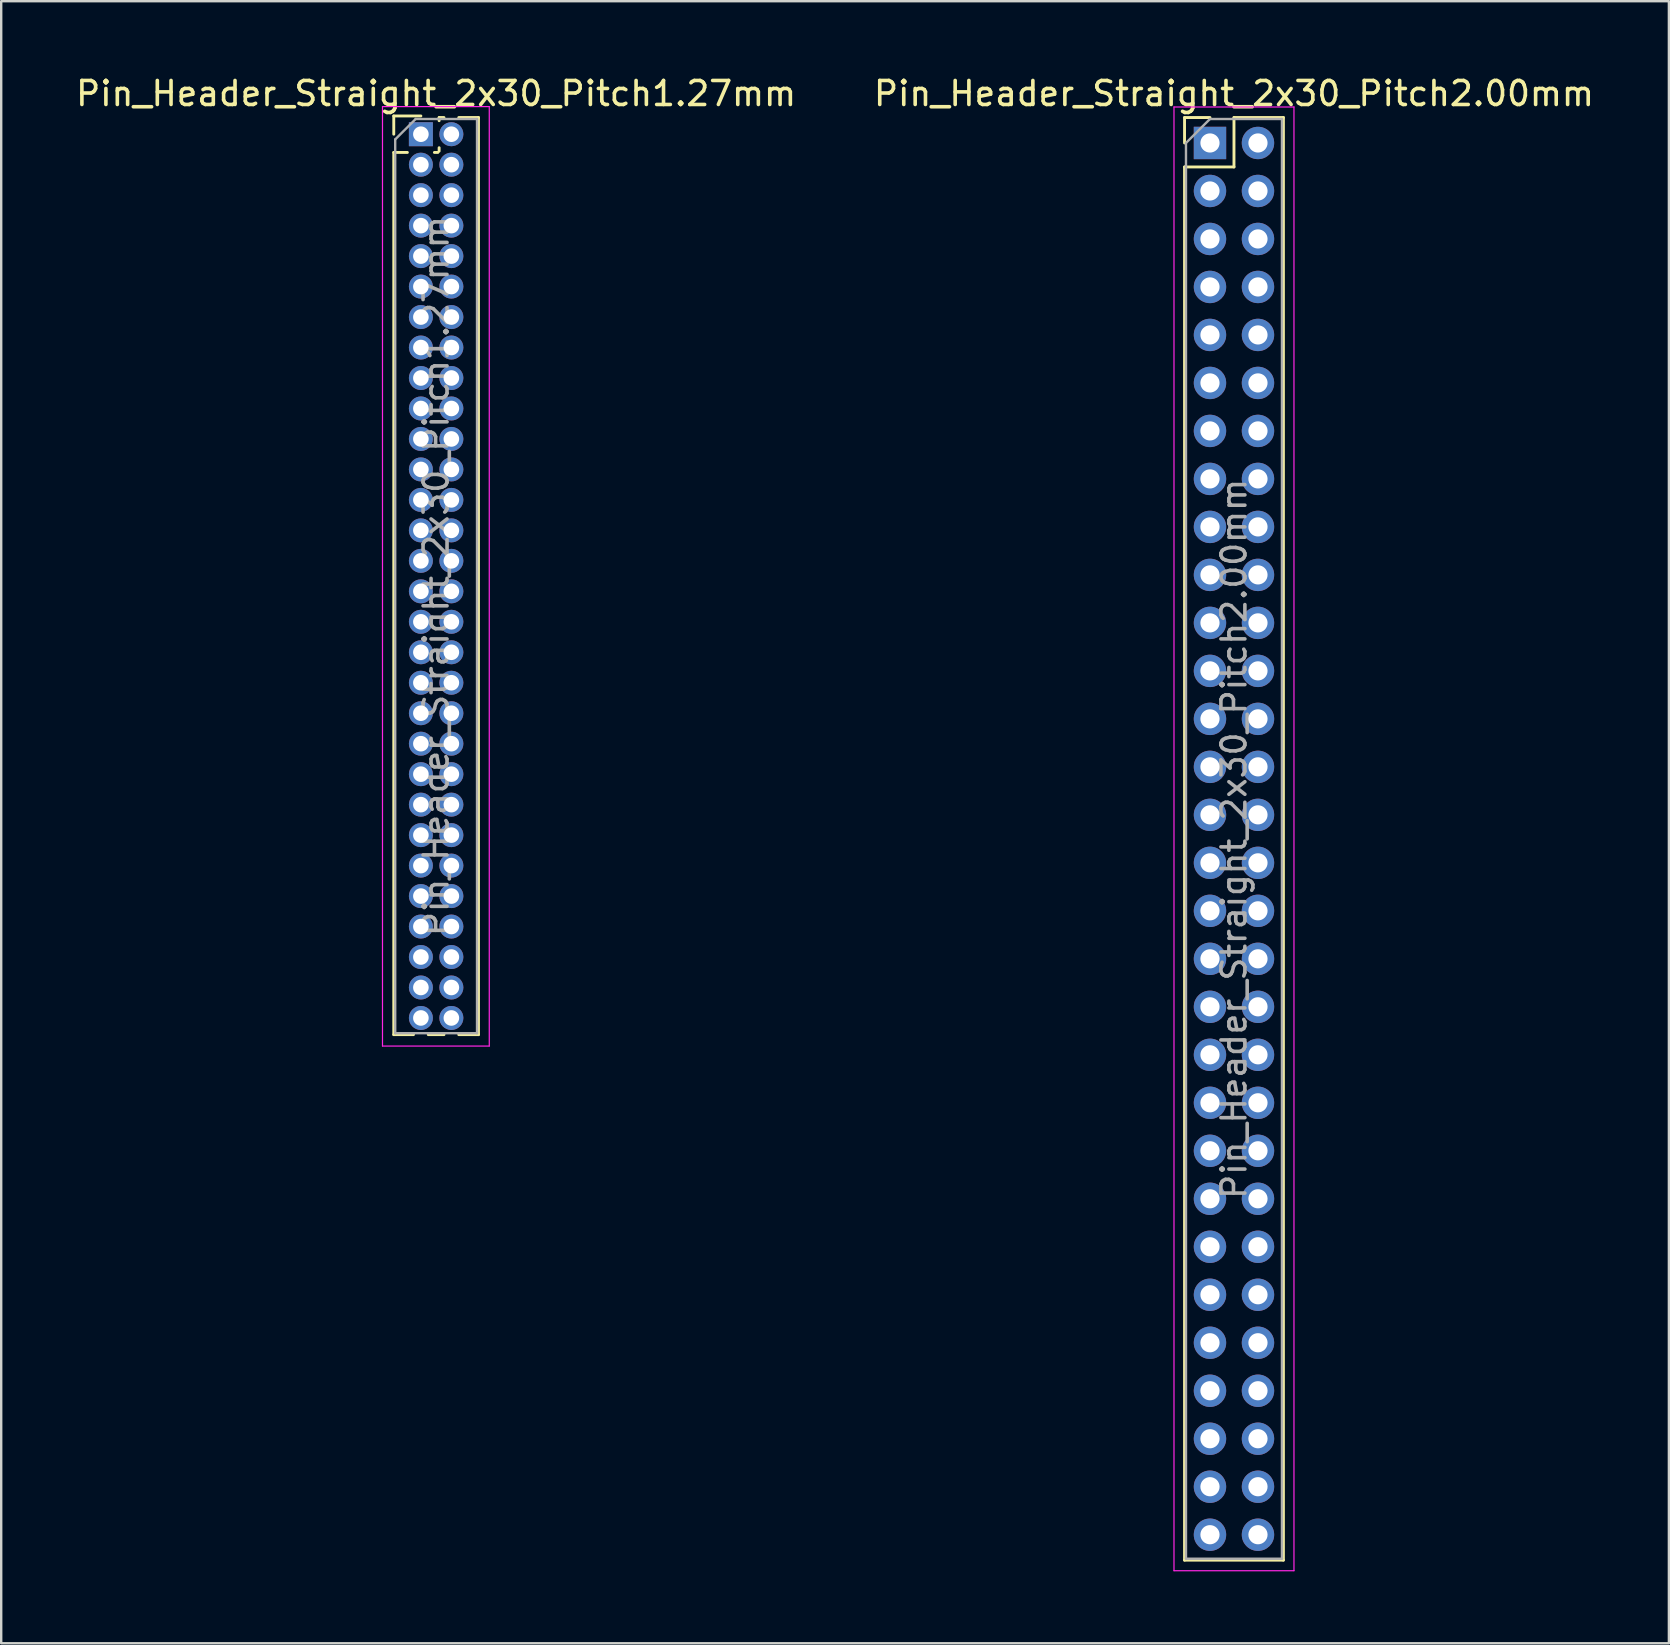
<source format=kicad_pcb>
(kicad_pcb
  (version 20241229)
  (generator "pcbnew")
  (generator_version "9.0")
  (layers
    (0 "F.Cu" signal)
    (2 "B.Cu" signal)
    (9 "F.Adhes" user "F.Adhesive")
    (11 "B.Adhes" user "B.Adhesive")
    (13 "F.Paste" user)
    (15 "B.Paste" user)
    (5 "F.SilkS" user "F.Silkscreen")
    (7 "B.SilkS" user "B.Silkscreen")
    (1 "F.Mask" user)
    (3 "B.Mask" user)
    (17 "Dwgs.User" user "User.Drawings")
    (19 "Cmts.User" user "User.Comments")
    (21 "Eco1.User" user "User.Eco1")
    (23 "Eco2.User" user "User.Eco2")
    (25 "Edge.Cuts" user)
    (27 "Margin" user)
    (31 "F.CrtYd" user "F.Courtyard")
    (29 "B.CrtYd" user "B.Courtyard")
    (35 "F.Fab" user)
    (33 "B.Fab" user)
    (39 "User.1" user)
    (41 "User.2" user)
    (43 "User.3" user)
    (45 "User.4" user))
  (footprint "Pin_Header_Straight_2x30_Pitch2.00mm"
    (layer "F.Cu")
    (at 47.375 2.908)
    (property "Reference" "Pin_Header_Straight_2x30_Pitch2.00mm" (at 1 -2.06 0) (layer "F.SilkS") (effects (font (size 1 1) (thickness 0.15))))
    (attr through_hole)
    (fp_line (start -1.06 -1.06) (end 0 -1.06) (stroke (width 0.12) (type solid)) (layer "F.SilkS"))
    (fp_line (start -1.06 0) (end -1.06 -1.06) (stroke (width 0.12) (type solid)) (layer "F.SilkS"))
    (fp_line (start -1.06 1) (end -1.06 59.06) (stroke (width 0.12) (type solid)) (layer "F.SilkS"))
    (fp_line (start -1.06 1) (end 1 1) (stroke (width 0.12) (type solid)) (layer "F.SilkS"))
    (fp_line (start -1.06 59.06) (end 3.06 59.06) (stroke (width 0.12) (type solid)) (layer "F.SilkS"))
    (fp_line (start 1 -1.06) (end 3.06 -1.06) (stroke (width 0.12) (type solid)) (layer "F.SilkS"))
    (fp_line (start 1 1) (end 1 -1.06) (stroke (width 0.12) (type solid)) (layer "F.SilkS"))
    (fp_line (start 3.06 -1.06) (end 3.06 59.06) (stroke (width 0.12) (type solid)) (layer "F.SilkS"))
    (fp_line (start -1.5 -1.5) (end -1.5 59.5) (stroke (width 0.05) (type solid)) (layer "F.CrtYd"))
    (fp_line (start -1.5 59.5) (end 3.5 59.5) (stroke (width 0.05) (type solid)) (layer "F.CrtYd"))
    (fp_line (start 3.5 -1.5) (end -1.5 -1.5) (stroke (width 0.05) (type solid)) (layer "F.CrtYd"))
    (fp_line (start 3.5 59.5) (end 3.5 -1.5) (stroke (width 0.05) (type solid)) (layer "F.CrtYd"))
    (fp_line (start -1 0) (end 0 -1) (stroke (width 0.1) (type solid)) (layer "F.Fab"))
    (fp_line (start -1 59) (end -1 0) (stroke (width 0.1) (type solid)) (layer "F.Fab"))
    (fp_line (start 0 -1) (end 3 -1) (stroke (width 0.1) (type solid)) (layer "F.Fab"))
    (fp_line (start 3 -1) (end 3 59) (stroke (width 0.1) (type solid)) (layer "F.Fab"))
    (fp_line (start 3 59) (end -1 59) (stroke (width 0.1) (type solid)) (layer "F.Fab"))
    (fp_text user "${REFERENCE}" (at 1 29 90) (layer "F.Fab") (effects (font (size 1 1) (thickness 0.15))))
    (pad "1" thru_hole rect (at 0 0) (size 1.35 1.35) (drill 0.8) (layers "*.Cu" "*.Mask"))
    (pad "2" thru_hole oval (at 2 0) (size 1.35 1.35) (drill 0.8) (layers "*.Cu" "*.Mask"))
    (pad "3" thru_hole oval (at 0 2) (size 1.35 1.35) (drill 0.8) (layers "*.Cu" "*.Mask"))
    (pad "4" thru_hole oval (at 2 2) (size 1.35 1.35) (drill 0.8) (layers "*.Cu" "*.Mask"))
    (pad "5" thru_hole oval (at 0 4) (size 1.35 1.35) (drill 0.8) (layers "*.Cu" "*.Mask"))
    (pad "6" thru_hole oval (at 2 4) (size 1.35 1.35) (drill 0.8) (layers "*.Cu" "*.Mask"))
    (pad "7" thru_hole oval (at 0 6) (size 1.35 1.35) (drill 0.8) (layers "*.Cu" "*.Mask"))
    (pad "8" thru_hole oval (at 2 6) (size 1.35 1.35) (drill 0.8) (layers "*.Cu" "*.Mask"))
    (pad "9" thru_hole oval (at 0 8) (size 1.35 1.35) (drill 0.8) (layers "*.Cu" "*.Mask"))
    (pad "10" thru_hole oval (at 2 8) (size 1.35 1.35) (drill 0.8) (layers "*.Cu" "*.Mask"))
    (pad "11" thru_hole oval (at 0 10) (size 1.35 1.35) (drill 0.8) (layers "*.Cu" "*.Mask"))
    (pad "12" thru_hole oval (at 2 10) (size 1.35 1.35) (drill 0.8) (layers "*.Cu" "*.Mask"))
    (pad "13" thru_hole oval (at 0 12) (size 1.35 1.35) (drill 0.8) (layers "*.Cu" "*.Mask"))
    (pad "14" thru_hole oval (at 2 12) (size 1.35 1.35) (drill 0.8) (layers "*.Cu" "*.Mask"))
    (pad "15" thru_hole oval (at 0 14) (size 1.35 1.35) (drill 0.8) (layers "*.Cu" "*.Mask"))
    (pad "16" thru_hole oval (at 2 14) (size 1.35 1.35) (drill 0.8) (layers "*.Cu" "*.Mask"))
    (pad "17" thru_hole oval (at 0 16) (size 1.35 1.35) (drill 0.8) (layers "*.Cu" "*.Mask"))
    (pad "18" thru_hole oval (at 2 16) (size 1.35 1.35) (drill 0.8) (layers "*.Cu" "*.Mask"))
    (pad "19" thru_hole oval (at 0 18) (size 1.35 1.35) (drill 0.8) (layers "*.Cu" "*.Mask"))
    (pad "20" thru_hole oval (at 2 18) (size 1.35 1.35) (drill 0.8) (layers "*.Cu" "*.Mask"))
    (pad "21" thru_hole oval (at 0 20) (size 1.35 1.35) (drill 0.8) (layers "*.Cu" "*.Mask"))
    (pad "22" thru_hole oval (at 2 20) (size 1.35 1.35) (drill 0.8) (layers "*.Cu" "*.Mask"))
    (pad "23" thru_hole oval (at 0 22) (size 1.35 1.35) (drill 0.8) (layers "*.Cu" "*.Mask"))
    (pad "24" thru_hole oval (at 2 22) (size 1.35 1.35) (drill 0.8) (layers "*.Cu" "*.Mask"))
    (pad "25" thru_hole oval (at 0 24) (size 1.35 1.35) (drill 0.8) (layers "*.Cu" "*.Mask"))
    (pad "26" thru_hole oval (at 2 24) (size 1.35 1.35) (drill 0.8) (layers "*.Cu" "*.Mask"))
    (pad "27" thru_hole oval (at 0 26) (size 1.35 1.35) (drill 0.8) (layers "*.Cu" "*.Mask"))
    (pad "28" thru_hole oval (at 2 26) (size 1.35 1.35) (drill 0.8) (layers "*.Cu" "*.Mask"))
    (pad "29" thru_hole oval (at 0 28) (size 1.35 1.35) (drill 0.8) (layers "*.Cu" "*.Mask"))
    (pad "30" thru_hole oval (at 2 28) (size 1.35 1.35) (drill 0.8) (layers "*.Cu" "*.Mask"))
    (pad "31" thru_hole oval (at 0 30) (size 1.35 1.35) (drill 0.8) (layers "*.Cu" "*.Mask"))
    (pad "32" thru_hole oval (at 2 30) (size 1.35 1.35) (drill 0.8) (layers "*.Cu" "*.Mask"))
    (pad "33" thru_hole oval (at 0 32) (size 1.35 1.35) (drill 0.8) (layers "*.Cu" "*.Mask"))
    (pad "34" thru_hole oval (at 2 32) (size 1.35 1.35) (drill 0.8) (layers "*.Cu" "*.Mask"))
    (pad "35" thru_hole oval (at 0 34) (size 1.35 1.35) (drill 0.8) (layers "*.Cu" "*.Mask"))
    (pad "36" thru_hole oval (at 2 34) (size 1.35 1.35) (drill 0.8) (layers "*.Cu" "*.Mask"))
    (pad "37" thru_hole oval (at 0 36) (size 1.35 1.35) (drill 0.8) (layers "*.Cu" "*.Mask"))
    (pad "38" thru_hole oval (at 2 36) (size 1.35 1.35) (drill 0.8) (layers "*.Cu" "*.Mask"))
    (pad "39" thru_hole oval (at 0 38) (size 1.35 1.35) (drill 0.8) (layers "*.Cu" "*.Mask"))
    (pad "40" thru_hole oval (at 2 38) (size 1.35 1.35) (drill 0.8) (layers "*.Cu" "*.Mask"))
    (pad "41" thru_hole oval (at 0 40) (size 1.35 1.35) (drill 0.8) (layers "*.Cu" "*.Mask"))
    (pad "42" thru_hole oval (at 2 40) (size 1.35 1.35) (drill 0.8) (layers "*.Cu" "*.Mask"))
    (pad "43" thru_hole oval (at 0 42) (size 1.35 1.35) (drill 0.8) (layers "*.Cu" "*.Mask"))
    (pad "44" thru_hole oval (at 2 42) (size 1.35 1.35) (drill 0.8) (layers "*.Cu" "*.Mask"))
    (pad "45" thru_hole oval (at 0 44) (size 1.35 1.35) (drill 0.8) (layers "*.Cu" "*.Mask"))
    (pad "46" thru_hole oval (at 2 44) (size 1.35 1.35) (drill 0.8) (layers "*.Cu" "*.Mask"))
    (pad "47" thru_hole oval (at 0 46) (size 1.35 1.35) (drill 0.8) (layers "*.Cu" "*.Mask"))
    (pad "48" thru_hole oval (at 2 46) (size 1.35 1.35) (drill 0.8) (layers "*.Cu" "*.Mask"))
    (pad "49" thru_hole oval (at 0 48) (size 1.35 1.35) (drill 0.8) (layers "*.Cu" "*.Mask"))
    (pad "50" thru_hole oval (at 2 48) (size 1.35 1.35) (drill 0.8) (layers "*.Cu" "*.Mask"))
    (pad "51" thru_hole oval (at 0 50) (size 1.35 1.35) (drill 0.8) (layers "*.Cu" "*.Mask"))
    (pad "52" thru_hole oval (at 2 50) (size 1.35 1.35) (drill 0.8) (layers "*.Cu" "*.Mask"))
    (pad "53" thru_hole oval (at 0 52) (size 1.35 1.35) (drill 0.8) (layers "*.Cu" "*.Mask"))
    (pad "54" thru_hole oval (at 2 52) (size 1.35 1.35) (drill 0.8) (layers "*.Cu" "*.Mask"))
    (pad "55" thru_hole oval (at 0 54) (size 1.35 1.35) (drill 0.8) (layers "*.Cu" "*.Mask"))
    (pad "56" thru_hole oval (at 2 54) (size 1.35 1.35) (drill 0.8) (layers "*.Cu" "*.Mask"))
    (pad "57" thru_hole oval (at 0 56) (size 1.35 1.35) (drill 0.8) (layers "*.Cu" "*.Mask"))
    (pad "58" thru_hole oval (at 2 56) (size 1.35 1.35) (drill 0.8) (layers "*.Cu" "*.Mask"))
    (pad "59" thru_hole oval (at 0 58) (size 1.35 1.35) (drill 0.8) (layers "*.Cu" "*.Mask"))
    (pad "60" thru_hole oval (at 2 58) (size 1.35 1.35) (drill 0.8) (layers "*.Cu" "*.Mask")))
  (footprint "Pin_Header_Straight_2x30_Pitch1.27mm"
    (layer "F.Cu")
    (at 14.49 2.543)
    (property "Reference" "Pin_Header_Straight_2x30_Pitch1.27mm" (at 0.635 -1.695 0) (layer "F.SilkS") (effects (font (size 1 1) (thickness 0.15))))
    (attr through_hole)
    (fp_line (start -1.13 -0.76) (end 0 -0.76) (stroke (width 0.12) (type solid)) (layer "F.SilkS"))
    (fp_line (start -1.13 0) (end -1.13 -0.76) (stroke (width 0.12) (type solid)) (layer "F.SilkS"))
    (fp_line (start -1.13 0.76) (end -1.13 37.525) (stroke (width 0.12) (type solid)) (layer "F.SilkS"))
    (fp_line (start -1.13 0.76) (end -0.563 0.76) (stroke (width 0.12) (type solid)) (layer "F.SilkS"))
    (fp_line (start -1.13 37.525) (end -0.308 37.525) (stroke (width 0.12) (type solid)) (layer "F.SilkS"))
    (fp_line (start 0.308 37.525) (end 0.962 37.525) (stroke (width 0.12) (type solid)) (layer "F.SilkS"))
    (fp_line (start 0.563 0.76) (end 0.707 0.76) (stroke (width 0.12) (type solid)) (layer "F.SilkS"))
    (fp_line (start 0.76 -0.695) (end 0.962 -0.695) (stroke (width 0.12) (type solid)) (layer "F.SilkS"))
    (fp_line (start 0.76 -0.563) (end 0.76 -0.695) (stroke (width 0.12) (type solid)) (layer "F.SilkS"))
    (fp_line (start 0.76 0.707) (end 0.76 0.563) (stroke (width 0.12) (type solid)) (layer "F.SilkS"))
    (fp_line (start 1.578 -0.695) (end 2.4 -0.695) (stroke (width 0.12) (type solid)) (layer "F.SilkS"))
    (fp_line (start 1.578 37.525) (end 2.4 37.525) (stroke (width 0.12) (type solid)) (layer "F.SilkS"))
    (fp_line (start 2.4 -0.695) (end 2.4 37.525) (stroke (width 0.12) (type solid)) (layer "F.SilkS"))
    (fp_line (start -1.6 -1.15) (end -1.6 38) (stroke (width 0.05) (type solid)) (layer "F.CrtYd"))
    (fp_line (start -1.6 38) (end 2.85 38) (stroke (width 0.05) (type solid)) (layer "F.CrtYd"))
    (fp_line (start 2.85 -1.15) (end -1.6 -1.15) (stroke (width 0.05) (type solid)) (layer "F.CrtYd"))
    (fp_line (start 2.85 38) (end 2.85 -1.15) (stroke (width 0.05) (type solid)) (layer "F.CrtYd"))
    (fp_line (start -1.07 0.217) (end -0.217 -0.635) (stroke (width 0.1) (type solid)) (layer "F.Fab"))
    (fp_line (start -1.07 37.465) (end -1.07 0.217) (stroke (width 0.1) (type solid)) (layer "F.Fab"))
    (fp_line (start -0.217 -0.635) (end 2.34 -0.635) (stroke (width 0.1) (type solid)) (layer "F.Fab"))
    (fp_line (start 2.34 -0.635) (end 2.34 37.465) (stroke (width 0.1) (type solid)) (layer "F.Fab"))
    (fp_line (start 2.34 37.465) (end -1.07 37.465) (stroke (width 0.1) (type solid)) (layer "F.Fab"))
    (fp_text user "${REFERENCE}" (at 0.635 18.415 90) (layer "F.Fab") (effects (font (size 1 1) (thickness 0.15))))
    (pad "1" thru_hole rect (at 0 0) (size 1 1) (drill 0.65) (layers "*.Cu" "*.Mask"))
    (pad "2" thru_hole oval (at 1.27 0) (size 1 1) (drill 0.65) (layers "*.Cu" "*.Mask"))
    (pad "3" thru_hole oval (at 0 1.27) (size 1 1) (drill 0.65) (layers "*.Cu" "*.Mask"))
    (pad "4" thru_hole oval (at 1.27 1.27) (size 1 1) (drill 0.65) (layers "*.Cu" "*.Mask"))
    (pad "5" thru_hole oval (at 0 2.54) (size 1 1) (drill 0.65) (layers "*.Cu" "*.Mask"))
    (pad "6" thru_hole oval (at 1.27 2.54) (size 1 1) (drill 0.65) (layers "*.Cu" "*.Mask"))
    (pad "7" thru_hole oval (at 0 3.81) (size 1 1) (drill 0.65) (layers "*.Cu" "*.Mask"))
    (pad "8" thru_hole oval (at 1.27 3.81) (size 1 1) (drill 0.65) (layers "*.Cu" "*.Mask"))
    (pad "9" thru_hole oval (at 0 5.08) (size 1 1) (drill 0.65) (layers "*.Cu" "*.Mask"))
    (pad "10" thru_hole oval (at 1.27 5.08) (size 1 1) (drill 0.65) (layers "*.Cu" "*.Mask"))
    (pad "11" thru_hole oval (at 0 6.35) (size 1 1) (drill 0.65) (layers "*.Cu" "*.Mask"))
    (pad "12" thru_hole oval (at 1.27 6.35) (size 1 1) (drill 0.65) (layers "*.Cu" "*.Mask"))
    (pad "13" thru_hole oval (at 0 7.62) (size 1 1) (drill 0.65) (layers "*.Cu" "*.Mask"))
    (pad "14" thru_hole oval (at 1.27 7.62) (size 1 1) (drill 0.65) (layers "*.Cu" "*.Mask"))
    (pad "15" thru_hole oval (at 0 8.89) (size 1 1) (drill 0.65) (layers "*.Cu" "*.Mask"))
    (pad "16" thru_hole oval (at 1.27 8.89) (size 1 1) (drill 0.65) (layers "*.Cu" "*.Mask"))
    (pad "17" thru_hole oval (at 0 10.16) (size 1 1) (drill 0.65) (layers "*.Cu" "*.Mask"))
    (pad "18" thru_hole oval (at 1.27 10.16) (size 1 1) (drill 0.65) (layers "*.Cu" "*.Mask"))
    (pad "19" thru_hole oval (at 0 11.43) (size 1 1) (drill 0.65) (layers "*.Cu" "*.Mask"))
    (pad "20" thru_hole oval (at 1.27 11.43) (size 1 1) (drill 0.65) (layers "*.Cu" "*.Mask"))
    (pad "21" thru_hole oval (at 0 12.7) (size 1 1) (drill 0.65) (layers "*.Cu" "*.Mask"))
    (pad "22" thru_hole oval (at 1.27 12.7) (size 1 1) (drill 0.65) (layers "*.Cu" "*.Mask"))
    (pad "23" thru_hole oval (at 0 13.97) (size 1 1) (drill 0.65) (layers "*.Cu" "*.Mask"))
    (pad "24" thru_hole oval (at 1.27 13.97) (size 1 1) (drill 0.65) (layers "*.Cu" "*.Mask"))
    (pad "25" thru_hole oval (at 0 15.24) (size 1 1) (drill 0.65) (layers "*.Cu" "*.Mask"))
    (pad "26" thru_hole oval (at 1.27 15.24) (size 1 1) (drill 0.65) (layers "*.Cu" "*.Mask"))
    (pad "27" thru_hole oval (at 0 16.51) (size 1 1) (drill 0.65) (layers "*.Cu" "*.Mask"))
    (pad "28" thru_hole oval (at 1.27 16.51) (size 1 1) (drill 0.65) (layers "*.Cu" "*.Mask"))
    (pad "29" thru_hole oval (at 0 17.78) (size 1 1) (drill 0.65) (layers "*.Cu" "*.Mask"))
    (pad "30" thru_hole oval (at 1.27 17.78) (size 1 1) (drill 0.65) (layers "*.Cu" "*.Mask"))
    (pad "31" thru_hole oval (at 0 19.05) (size 1 1) (drill 0.65) (layers "*.Cu" "*.Mask"))
    (pad "32" thru_hole oval (at 1.27 19.05) (size 1 1) (drill 0.65) (layers "*.Cu" "*.Mask"))
    (pad "33" thru_hole oval (at 0 20.32) (size 1 1) (drill 0.65) (layers "*.Cu" "*.Mask"))
    (pad "34" thru_hole oval (at 1.27 20.32) (size 1 1) (drill 0.65) (layers "*.Cu" "*.Mask"))
    (pad "35" thru_hole oval (at 0 21.59) (size 1 1) (drill 0.65) (layers "*.Cu" "*.Mask"))
    (pad "36" thru_hole oval (at 1.27 21.59) (size 1 1) (drill 0.65) (layers "*.Cu" "*.Mask"))
    (pad "37" thru_hole oval (at 0 22.86) (size 1 1) (drill 0.65) (layers "*.Cu" "*.Mask"))
    (pad "38" thru_hole oval (at 1.27 22.86) (size 1 1) (drill 0.65) (layers "*.Cu" "*.Mask"))
    (pad "39" thru_hole oval (at 0 24.13) (size 1 1) (drill 0.65) (layers "*.Cu" "*.Mask"))
    (pad "40" thru_hole oval (at 1.27 24.13) (size 1 1) (drill 0.65) (layers "*.Cu" "*.Mask"))
    (pad "41" thru_hole oval (at 0 25.4) (size 1 1) (drill 0.65) (layers "*.Cu" "*.Mask"))
    (pad "42" thru_hole oval (at 1.27 25.4) (size 1 1) (drill 0.65) (layers "*.Cu" "*.Mask"))
    (pad "43" thru_hole oval (at 0 26.67) (size 1 1) (drill 0.65) (layers "*.Cu" "*.Mask"))
    (pad "44" thru_hole oval (at 1.27 26.67) (size 1 1) (drill 0.65) (layers "*.Cu" "*.Mask"))
    (pad "45" thru_hole oval (at 0 27.94) (size 1 1) (drill 0.65) (layers "*.Cu" "*.Mask"))
    (pad "46" thru_hole oval (at 1.27 27.94) (size 1 1) (drill 0.65) (layers "*.Cu" "*.Mask"))
    (pad "47" thru_hole oval (at 0 29.21) (size 1 1) (drill 0.65) (layers "*.Cu" "*.Mask"))
    (pad "48" thru_hole oval (at 1.27 29.21) (size 1 1) (drill 0.65) (layers "*.Cu" "*.Mask"))
    (pad "49" thru_hole oval (at 0 30.48) (size 1 1) (drill 0.65) (layers "*.Cu" "*.Mask"))
    (pad "50" thru_hole oval (at 1.27 30.48) (size 1 1) (drill 0.65) (layers "*.Cu" "*.Mask"))
    (pad "51" thru_hole oval (at 0 31.75) (size 1 1) (drill 0.65) (layers "*.Cu" "*.Mask"))
    (pad "52" thru_hole oval (at 1.27 31.75) (size 1 1) (drill 0.65) (layers "*.Cu" "*.Mask"))
    (pad "53" thru_hole oval (at 0 33.02) (size 1 1) (drill 0.65) (layers "*.Cu" "*.Mask"))
    (pad "54" thru_hole oval (at 1.27 33.02) (size 1 1) (drill 0.65) (layers "*.Cu" "*.Mask"))
    (pad "55" thru_hole oval (at 0 34.29) (size 1 1) (drill 0.65) (layers "*.Cu" "*.Mask"))
    (pad "56" thru_hole oval (at 1.27 34.29) (size 1 1) (drill 0.65) (layers "*.Cu" "*.Mask"))
    (pad "57" thru_hole oval (at 0 35.56) (size 1 1) (drill 0.65) (layers "*.Cu" "*.Mask"))
    (pad "58" thru_hole oval (at 1.27 35.56) (size 1 1) (drill 0.65) (layers "*.Cu" "*.Mask"))
    (pad "59" thru_hole oval (at 0 36.83) (size 1 1) (drill 0.65) (layers "*.Cu" "*.Mask"))
    (pad "60" thru_hole oval (at 1.27 36.83) (size 1 1) (drill 0.65) (layers "*.Cu" "*.Mask")))
  (gr_rect
    (start -3 -3)
    (end 66.5 65.433)
    (stroke (width 0.1) (type default))
    (fill no)
    (layer "Edge.Cuts")))
</source>
